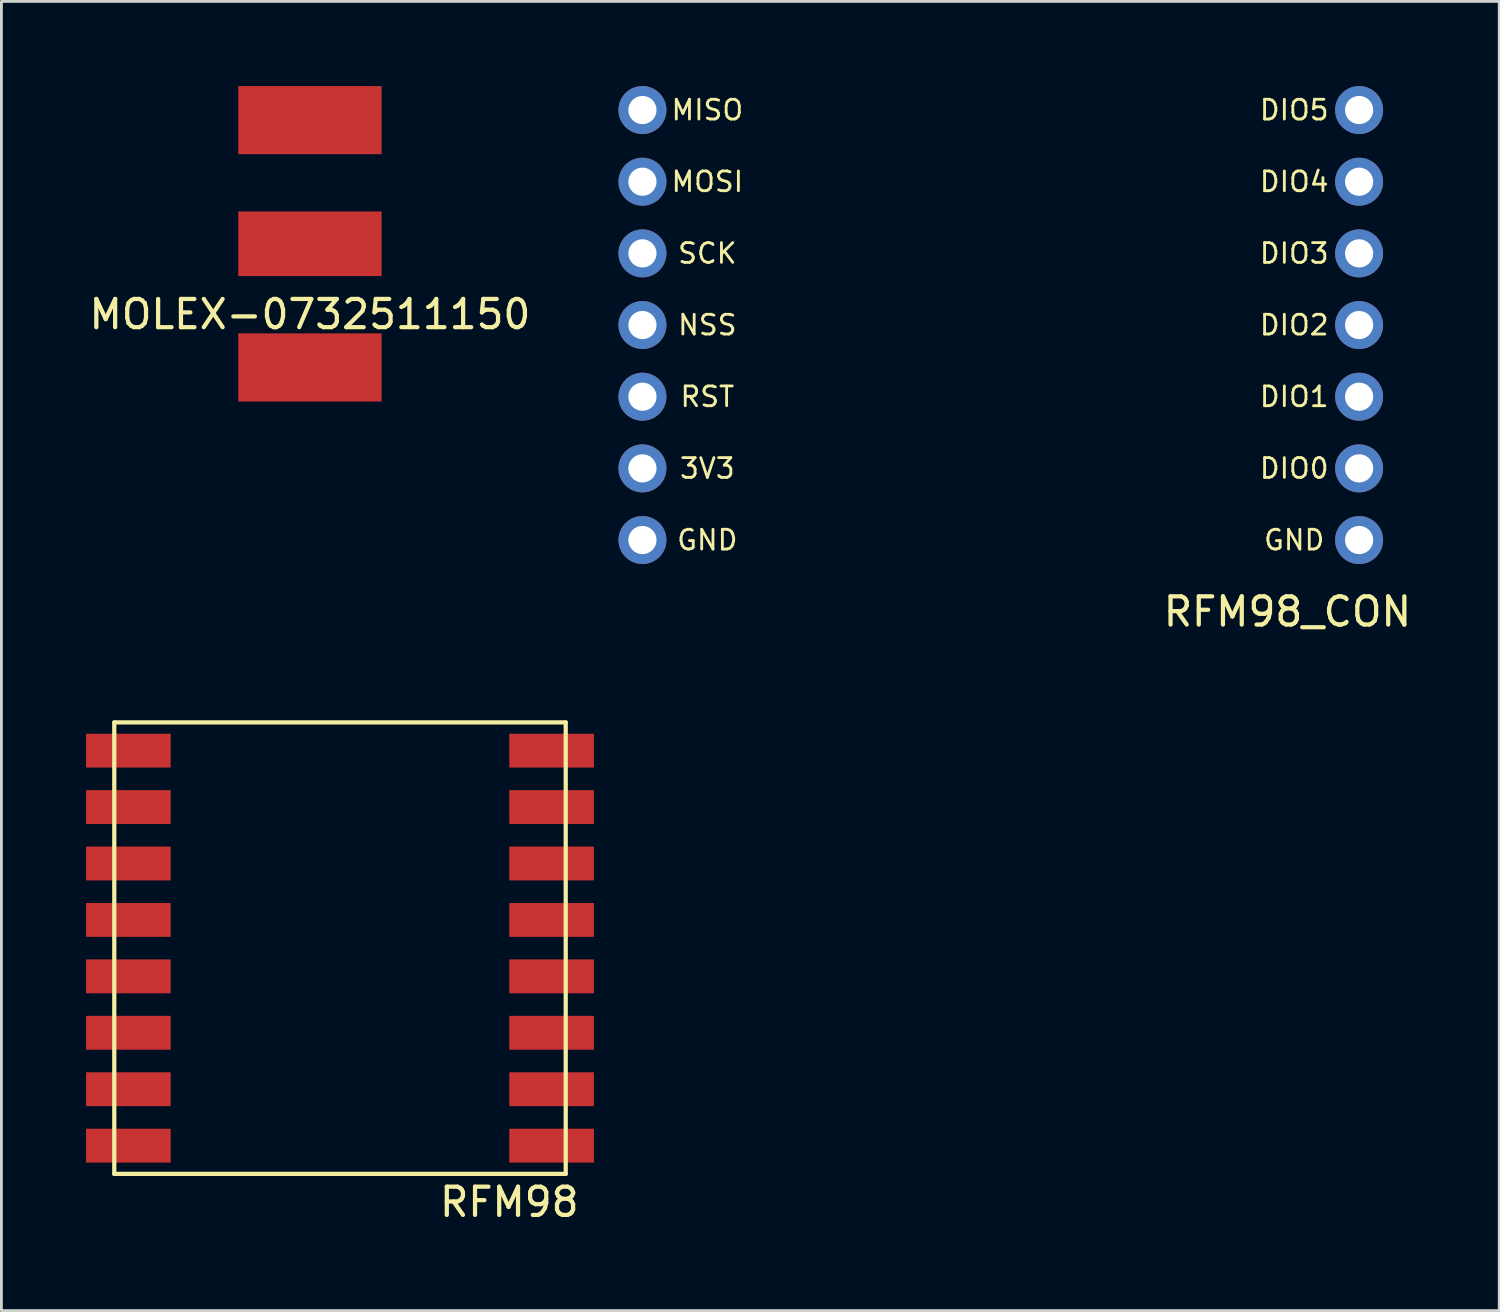
<source format=kicad_pcb>
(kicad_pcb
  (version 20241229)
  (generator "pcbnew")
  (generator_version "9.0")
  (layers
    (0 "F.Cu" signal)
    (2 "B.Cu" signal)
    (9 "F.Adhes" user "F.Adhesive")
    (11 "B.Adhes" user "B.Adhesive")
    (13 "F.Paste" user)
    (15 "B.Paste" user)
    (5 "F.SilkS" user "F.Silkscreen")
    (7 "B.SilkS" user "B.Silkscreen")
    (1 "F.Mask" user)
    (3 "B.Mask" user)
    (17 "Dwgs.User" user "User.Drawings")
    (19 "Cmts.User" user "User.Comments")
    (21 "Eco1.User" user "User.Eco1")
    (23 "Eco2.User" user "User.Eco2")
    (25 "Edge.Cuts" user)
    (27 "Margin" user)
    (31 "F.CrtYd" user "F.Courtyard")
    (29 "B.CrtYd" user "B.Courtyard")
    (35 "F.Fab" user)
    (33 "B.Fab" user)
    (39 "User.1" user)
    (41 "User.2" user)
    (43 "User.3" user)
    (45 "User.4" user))
  (footprint "RFM98_CON"
    (layer "F.Cu")
    (at 32.419 8.47)
    (property "Reference" "RFM98_CON" (at 10.16 10.16 0) (layer "F.SilkS") (effects (font (size 1 1) (thickness 0.15))))
    (attr through_hole)
    (fp_text user "3V3" (at -10.4 5.08 0) (layer "F.SilkS") (effects (font (size 0.7 0.7) (thickness 0.1))))
    (fp_text user "DIO4" (at 10.4 -5.08 0) (layer "F.SilkS") (effects (font (size 0.7 0.7) (thickness 0.1))))
    (fp_text user "GND" (at -10.4 7.62 0) (layer "F.SilkS") (effects (font (size 0.7 0.7) (thickness 0.1))))
    (fp_text user "GND" (at 10.4 7.62 0) (layer "F.SilkS") (effects (font (size 0.7 0.7) (thickness 0.1))))
    (fp_text user "DIO0" (at 10.4 5.08 0) (layer "F.SilkS") (effects (font (size 0.7 0.7) (thickness 0.1))))
    (fp_text user "MOSI" (at -10.4 -5.08 0) (layer "F.SilkS") (effects (font (size 0.7 0.7) (thickness 0.1))))
    (fp_text user "DIO5" (at 10.4 -7.62 0) (layer "F.SilkS") (effects (font (size 0.7 0.7) (thickness 0.1))))
    (fp_text user "RST" (at -10.4 2.54 0) (layer "F.SilkS") (effects (font (size 0.7 0.7) (thickness 0.1))))
    (fp_text user "MISO" (at -10.4 -7.62 0) (layer "F.SilkS") (effects (font (size 0.7 0.7) (thickness 0.1))))
    (fp_text user "DIO1" (at 10.4 2.54 0) (layer "F.SilkS") (effects (font (size 0.7 0.7) (thickness 0.1))))
    (fp_text user "SCK" (at -10.4 -2.54 0) (layer "F.SilkS") (effects (font (size 0.7 0.7) (thickness 0.1))))
    (fp_text user "DIO2" (at 10.4 0 0) (layer "F.SilkS") (effects (font (size 0.7 0.7) (thickness 0.1))))
    (fp_text user "DIO3" (at 10.4 -2.54 0) (layer "F.SilkS") (effects (font (size 0.7 0.7) (thickness 0.1))))
    (fp_text user "NSS" (at -10.4 0 0) (layer "F.SilkS") (effects (font (size 0.7 0.7) (thickness 0.1))))
    (pad "1" thru_hole circle (at -12.7 -7.62) (size 1.7 1.7) (drill 1) (layers "*.Cu" "*.Mask"))
    (pad "2" thru_hole circle (at -12.7 -5.08) (size 1.7 1.7) (drill 1) (layers "*.Cu" "*.Mask"))
    (pad "3" thru_hole circle (at -12.7 -2.54) (size 1.7 1.7) (drill 1) (layers "*.Cu" "*.Mask"))
    (pad "4" thru_hole circle (at -12.7 0) (size 1.7 1.7) (drill 1) (layers "*.Cu" "*.Mask"))
    (pad "5" thru_hole circle (at -12.7 2.54) (size 1.7 1.7) (drill 1) (layers "*.Cu" "*.Mask"))
    (pad "6" thru_hole circle (at -12.7 5.08) (size 1.7 1.7) (drill 1) (layers "*.Cu" "*.Mask"))
    (pad "7" thru_hole circle (at -12.7 7.62) (size 1.7 1.7) (drill 1) (layers "*.Cu" "*.Mask"))
    (pad "7" thru_hole circle (at 12.7 7.62) (size 1.7 1.7) (drill 1) (layers "*.Cu" "*.Mask"))
    (pad "8" thru_hole circle (at 12.7 5.08) (size 1.7 1.7) (drill 1) (layers "*.Cu" "*.Mask"))
    (pad "9" thru_hole circle (at 12.7 2.54) (size 1.7 1.7) (drill 1) (layers "*.Cu" "*.Mask"))
    (pad "10" thru_hole circle (at 12.7 0) (size 1.7 1.7) (drill 1) (layers "*.Cu" "*.Mask"))
    (pad "11" thru_hole circle (at 12.7 -2.54) (size 1.7 1.7) (drill 1) (layers "*.Cu" "*.Mask"))
    (pad "12" thru_hole circle (at 12.7 -5.08) (size 1.7 1.7) (drill 1) (layers "*.Cu" "*.Mask"))
    (pad "13" thru_hole circle (at 12.7 -7.62) (size 1.7 1.7) (drill 1) (layers "*.Cu" "*.Mask")))
  (footprint "MOLEX-0732511150"
    (layer "F.Cu")
    (at 7.935 5.59)
    (property "Reference" "MOLEX-0732511150" (at 0 2.5 0) (layer "F.SilkS") (effects (font (size 1 1) (thickness 0.15))))
    (attr through_hole)
    (pad "1" smd rect (at 0 0) (size 5.08 2.29) (layers "F.Cu" "F.Mask" "F.Paste"))
    (pad "2" smd rect (at 0 -4.383) (size 5.08 2.415) (layers "F.Cu" "F.Mask" "F.Paste"))
    (pad "2" smd rect (at 0 4.383) (size 5.08 2.415) (layers "F.Cu" "F.Mask" "F.Paste")))
  (footprint "RFM98"
    (layer "F.Cu")
    (at 9 30.553)
    (property "Reference" "RFM98" (at 6 9 0) (layer "F.SilkS") (effects (font (size 1 1) (thickness 0.15))))
    (attr through_hole)
    (fp_line (start -8 -8) (end -8 8) (stroke (width 0.15) (type solid)) (layer "F.SilkS"))
    (fp_line (start -8 -8) (end 8 -8) (stroke (width 0.15) (type solid)) (layer "F.SilkS"))
    (fp_line (start 8 -8) (end 8 8) (stroke (width 0.15) (type solid)) (layer "F.SilkS"))
    (fp_line (start 8 8) (end -8 8) (stroke (width 0.15) (type solid)) (layer "F.SilkS"))
    (pad "1" smd rect (at -7.5 -7) (size 3 1.2) (layers "F.Cu" "F.Mask" "F.Paste"))
    (pad "2" smd rect (at -7.5 -5) (size 3 1.2) (layers "F.Cu" "F.Mask" "F.Paste"))
    (pad "3" smd rect (at -7.5 -3) (size 3 1.2) (layers "F.Cu" "F.Mask" "F.Paste"))
    (pad "4" smd rect (at -7.5 -1) (size 3 1.2) (layers "F.Cu" "F.Mask" "F.Paste"))
    (pad "5" smd rect (at -7.5 1) (size 3 1.2) (layers "F.Cu" "F.Mask" "F.Paste"))
    (pad "6" smd rect (at -7.5 3) (size 3 1.2) (layers "F.Cu" "F.Mask" "F.Paste"))
    (pad "7" smd rect (at -7.5 5) (size 3 1.2) (layers "F.Cu" "F.Mask" "F.Paste"))
    (pad "8" smd rect (at -7.5 7) (size 3 1.2) (layers "F.Cu" "F.Mask" "F.Paste"))
    (pad "9" smd rect (at 6 7) (size 3 1.2) (drill (offset 1.5 0)) (layers "F.Cu" "F.Mask" "F.Paste"))
    (pad "10" smd rect (at 7.5 5) (size 3 1.2) (layers "F.Cu" "F.Mask" "F.Paste"))
    (pad "11" smd rect (at 7.5 3) (size 3 1.2) (layers "F.Cu" "F.Mask" "F.Paste"))
    (pad "12" smd rect (at 7.5 1) (size 3 1.2) (layers "F.Cu" "F.Mask" "F.Paste"))
    (pad "13" smd rect (at 7.5 -1) (size 3 1.2) (layers "F.Cu" "F.Mask" "F.Paste"))
    (pad "14" smd rect (at 7.5 -3) (size 3 1.2) (layers "F.Cu" "F.Mask" "F.Paste"))
    (pad "15" smd rect (at 7.5 -5) (size 3 1.2) (layers "F.Cu" "F.Mask" "F.Paste"))
    (pad "16" smd rect (at 7.5 -7) (size 3 1.2) (layers "F.Cu" "F.Mask" "F.Paste")))
  (gr_rect
    (start -3 -3)
    (end 50.085 43.401)
    (stroke (width 0.1) (type default))
    (fill no)
    (layer "Edge.Cuts")))
</source>
